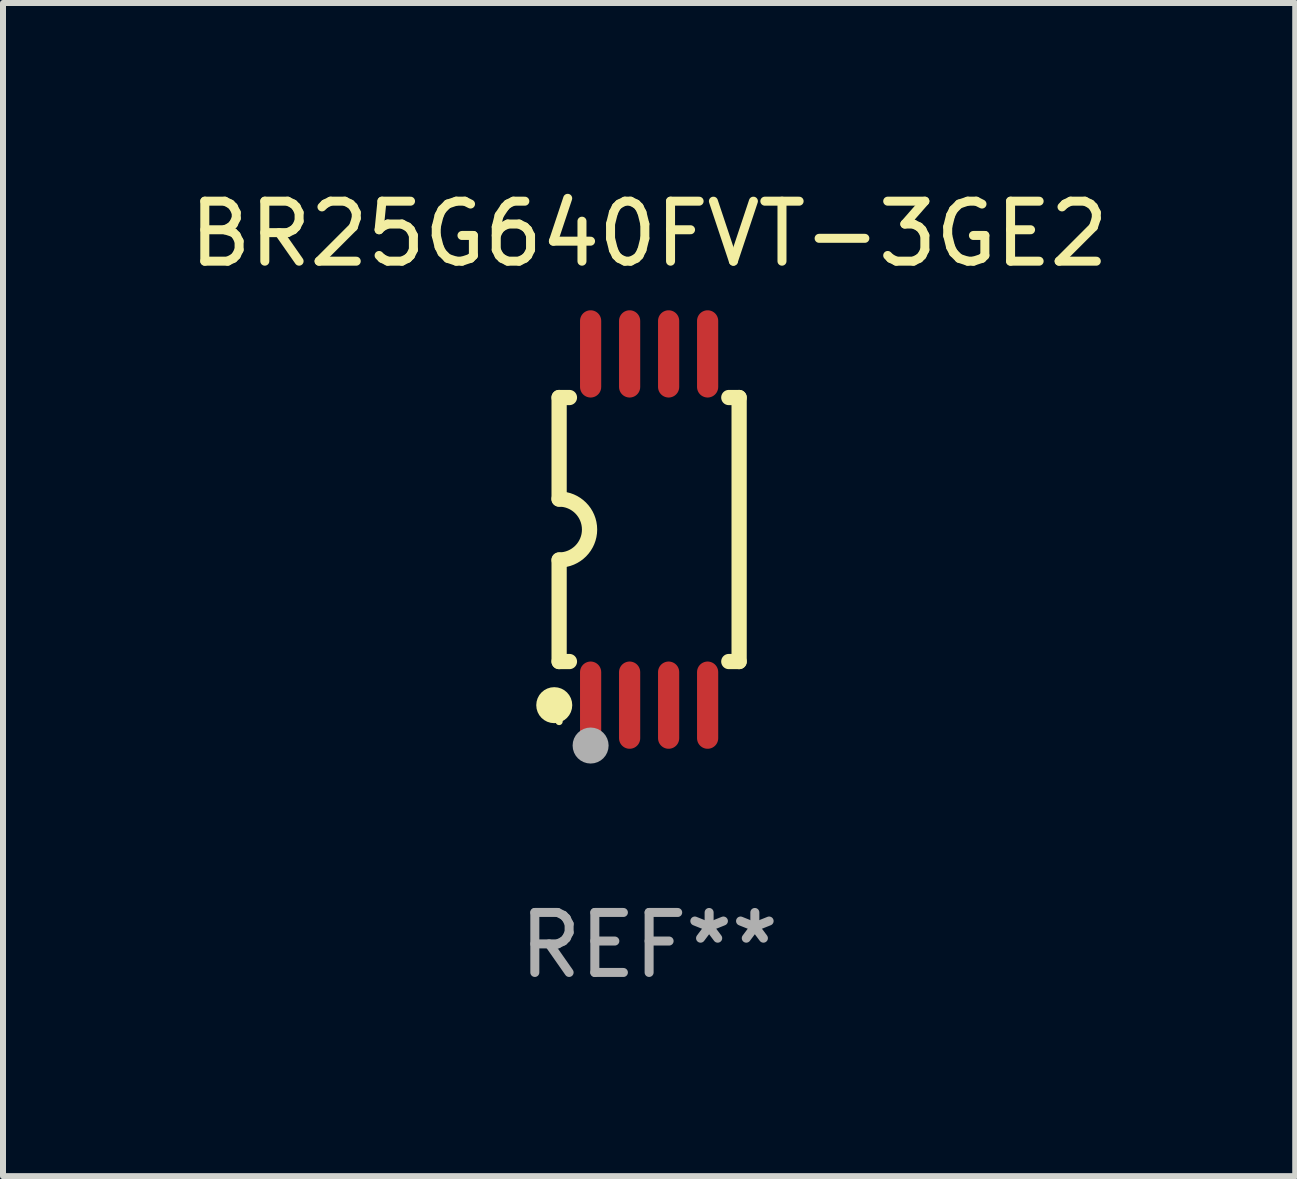
<source format=kicad_pcb>
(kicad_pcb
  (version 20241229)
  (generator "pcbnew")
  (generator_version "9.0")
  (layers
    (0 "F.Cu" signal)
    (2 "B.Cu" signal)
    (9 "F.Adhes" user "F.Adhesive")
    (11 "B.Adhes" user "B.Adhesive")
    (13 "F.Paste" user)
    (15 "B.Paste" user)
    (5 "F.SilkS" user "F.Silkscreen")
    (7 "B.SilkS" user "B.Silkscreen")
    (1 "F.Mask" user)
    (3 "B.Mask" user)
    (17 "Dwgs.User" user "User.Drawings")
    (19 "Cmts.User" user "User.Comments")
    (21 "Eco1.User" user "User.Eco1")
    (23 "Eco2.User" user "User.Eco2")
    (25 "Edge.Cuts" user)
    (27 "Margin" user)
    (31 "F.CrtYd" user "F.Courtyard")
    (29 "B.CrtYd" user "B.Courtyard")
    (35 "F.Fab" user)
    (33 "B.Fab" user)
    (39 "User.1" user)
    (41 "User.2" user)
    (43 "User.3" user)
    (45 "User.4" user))
  (footprint "BR25G640FVT-3GE2"
    (layer "F.Cu")
    (at 7.768 5.775)
    (property "Reference" "BR25G640FVT-3GE2" (at 0 -4.927 0) (layer "F.SilkS") (effects (font (size 1 1) (thickness 0.15))))
    (attr through_hole)
    (fp_line (start -1.5 -2.2) (end -1.5 -0.508) (stroke (width 0.254) (type solid)) (layer "F.SilkS"))
    (fp_line (start -1.5 -2.2) (end -1.328 -2.2) (stroke (width 0.254) (type solid)) (layer "F.SilkS"))
    (fp_line (start -1.5 2.2) (end -1.5 0.508) (stroke (width 0.254) (type solid)) (layer "F.SilkS"))
    (fp_line (start -1.5 2.2) (end -1.328 2.2) (stroke (width 0.254) (type solid)) (layer "F.SilkS"))
    (fp_line (start 1.328 -2.2) (end 1.5 -2.2) (stroke (width 0.254) (type solid)) (layer "F.SilkS"))
    (fp_line (start 1.328 2.2) (end 1.5 2.2) (stroke (width 0.254) (type solid)) (layer "F.SilkS"))
    (fp_line (start 1.5 -2.2) (end 1.5 2.2) (stroke (width 0.254) (type solid)) (layer "F.SilkS"))
    (fp_arc (start -1.501144 -0.508) (mid -0.993143 -0.000571) (end -1.5 0.508001) (stroke (width 0.254001) (type solid)) (layer "F.SilkS"))
    (fp_circle (center -1.581 2.927) (end -1.431 2.927) (stroke (width 0.3) (type solid)) (fill no) (layer "F.SilkS"))
    (fp_circle (center -1.5 3.2) (end -1.47 3.2) (stroke (width 0.06) (type solid)) (fill no) (layer "F.SilkS"))
    (fp_circle (center -0.975 3.6) (end -0.825 3.6) (stroke (width 0.3) (type solid)) (fill no) (layer "F.Fab"))
    (fp_text user "REF**" (at 0 6.927 0) (layer "F.Fab") (effects (font (size 1 1) (thickness 0.15))))
    (pad "1" smd oval (at -0.975 2.927) (size 0.353 1.454) (layers "F.Cu" "F.Mask" "F.Paste"))
    (pad "2" smd oval (at -0.325 2.927) (size 0.353 1.454) (layers "F.Cu" "F.Mask" "F.Paste"))
    (pad "3" smd oval (at 0.325 2.927) (size 0.353 1.454) (layers "F.Cu" "F.Mask" "F.Paste"))
    (pad "4" smd oval (at 0.975 2.927) (size 0.353 1.454) (layers "F.Cu" "F.Mask" "F.Paste"))
    (pad "5" smd oval (at 0.975 -2.927) (size 0.353 1.454) (layers "F.Cu" "F.Mask" "F.Paste"))
    (pad "6" smd oval (at 0.325 -2.927) (size 0.353 1.454) (layers "F.Cu" "F.Mask" "F.Paste"))
    (pad "7" smd oval (at -0.325 -2.927) (size 0.353 1.454) (layers "F.Cu" "F.Mask" "F.Paste"))
    (pad "8" smd oval (at -0.975 -2.927) (size 0.353 1.454) (layers "F.Cu" "F.Mask" "F.Paste")))
  (gr_rect
    (start -3 -3)
    (end 18.536 16.551)
    (stroke (width 0.1) (type default))
    (fill no)
    (layer "Edge.Cuts")))
</source>
